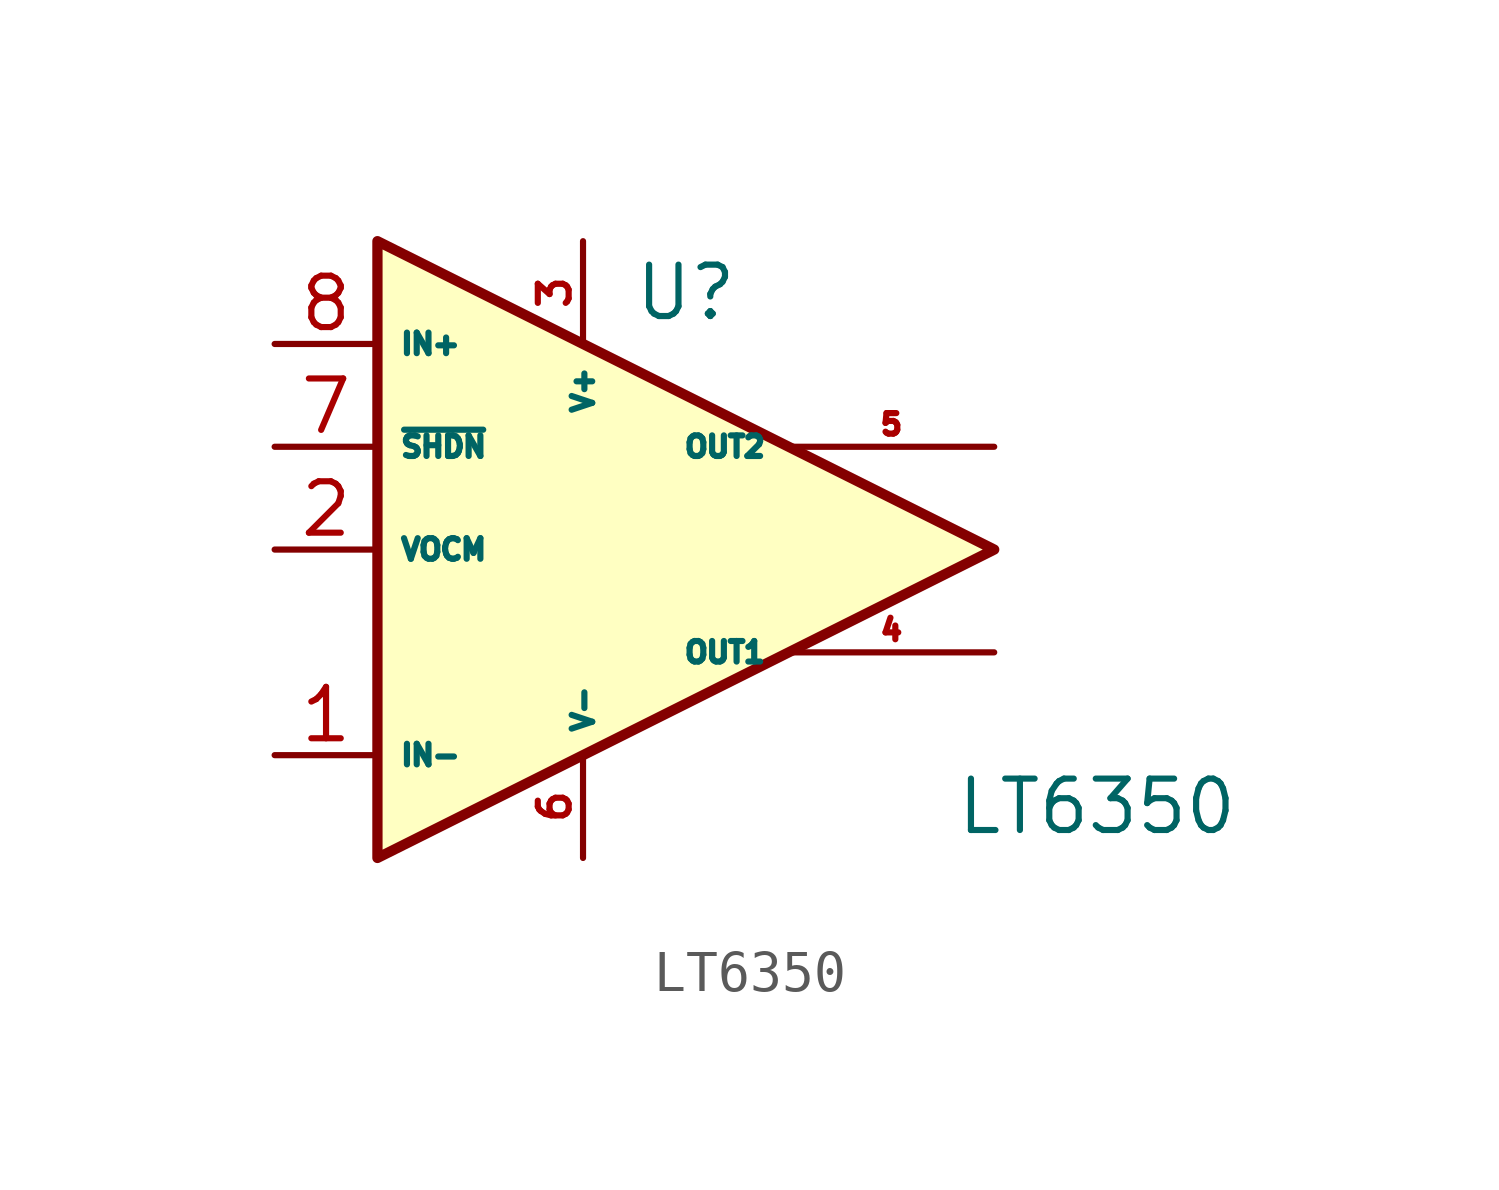
<source format=kicad_sym>
(kicad_symbol_lib
  (version 20211014)
  (generator kicad_symbol_editor)
  (symbol "LT6350"
    (property "Reference" "U"
      (at 0 6.35 0)
      (effects (font (size 1.27 1.27))))
    (property "Value" "LT6350"
      (at 10.16 -6.35 0)
      (effects (font (size 1.27 1.27))))
    (symbol "LT6350_1_1"
      (polyline (pts (xy -7.62 7.62) (xy -7.62 -7.62) (xy 7.62 0) (xy -7.62 7.62)) (stroke (width 0.254) (type default) (color 0 0 0 0)) (fill (type background)))
      (pin input line (at -10.16 -5.08 0) (length 2.54) (name "IN-" (effects (font (size 0.508 0.508)))) (number "1" (effects (font (size 1.27 1.27)))))
      (pin input line (at -10.16 0 0) (length 2.54) (name "VOCM" (effects (font (size 0.508 0.508)))) (number "2" (effects (font (size 1.27 1.27)))))
      (pin output line (at -2.54 7.62 270) (length 2.54) (name "V+" (effects (font (size 0.508 0.508)))) (number "3" (effects (font (size 0.762 0.762)))))
      (pin output line (at 7.62 -2.54 180) (length 5.08) (name "OUT1" (effects (font (size 0.508 0.508)))) (number "4" (effects (font (size 0.508 0.508)))))
      (pin output line (at 7.62 2.54 180) (length 5.08) (name "OUT2" (effects (font (size 0.508 0.508)))) (number "5" (effects (font (size 0.508 0.508)))))
      (pin output line (at -2.54 -7.62 90) (length 2.54) (name "V-" (effects (font (size 0.508 0.508)))) (number "6" (effects (font (size 0.762 0.762)))))
      (pin input line (at -10.16 2.54 0) (length 2.54) (name "~{SHDN}" (effects (font (size 0.508 0.508)))) (number "7" (effects (font (size 1.27 1.27)))))
      (pin input line (at -10.16 5.08 0) (length 2.54) (name "IN+" (effects (font (size 0.508 0.508)))) (number "8" (effects (font (size 1.27 1.27)))))
      (pin output line (at -2.54 -7.62 90) (length 2.54) hide (name "EP" (effects (font (size 0.508 0.508)))) (number "9" (effects (font (size 0.762 0.762))))))))
</source>
